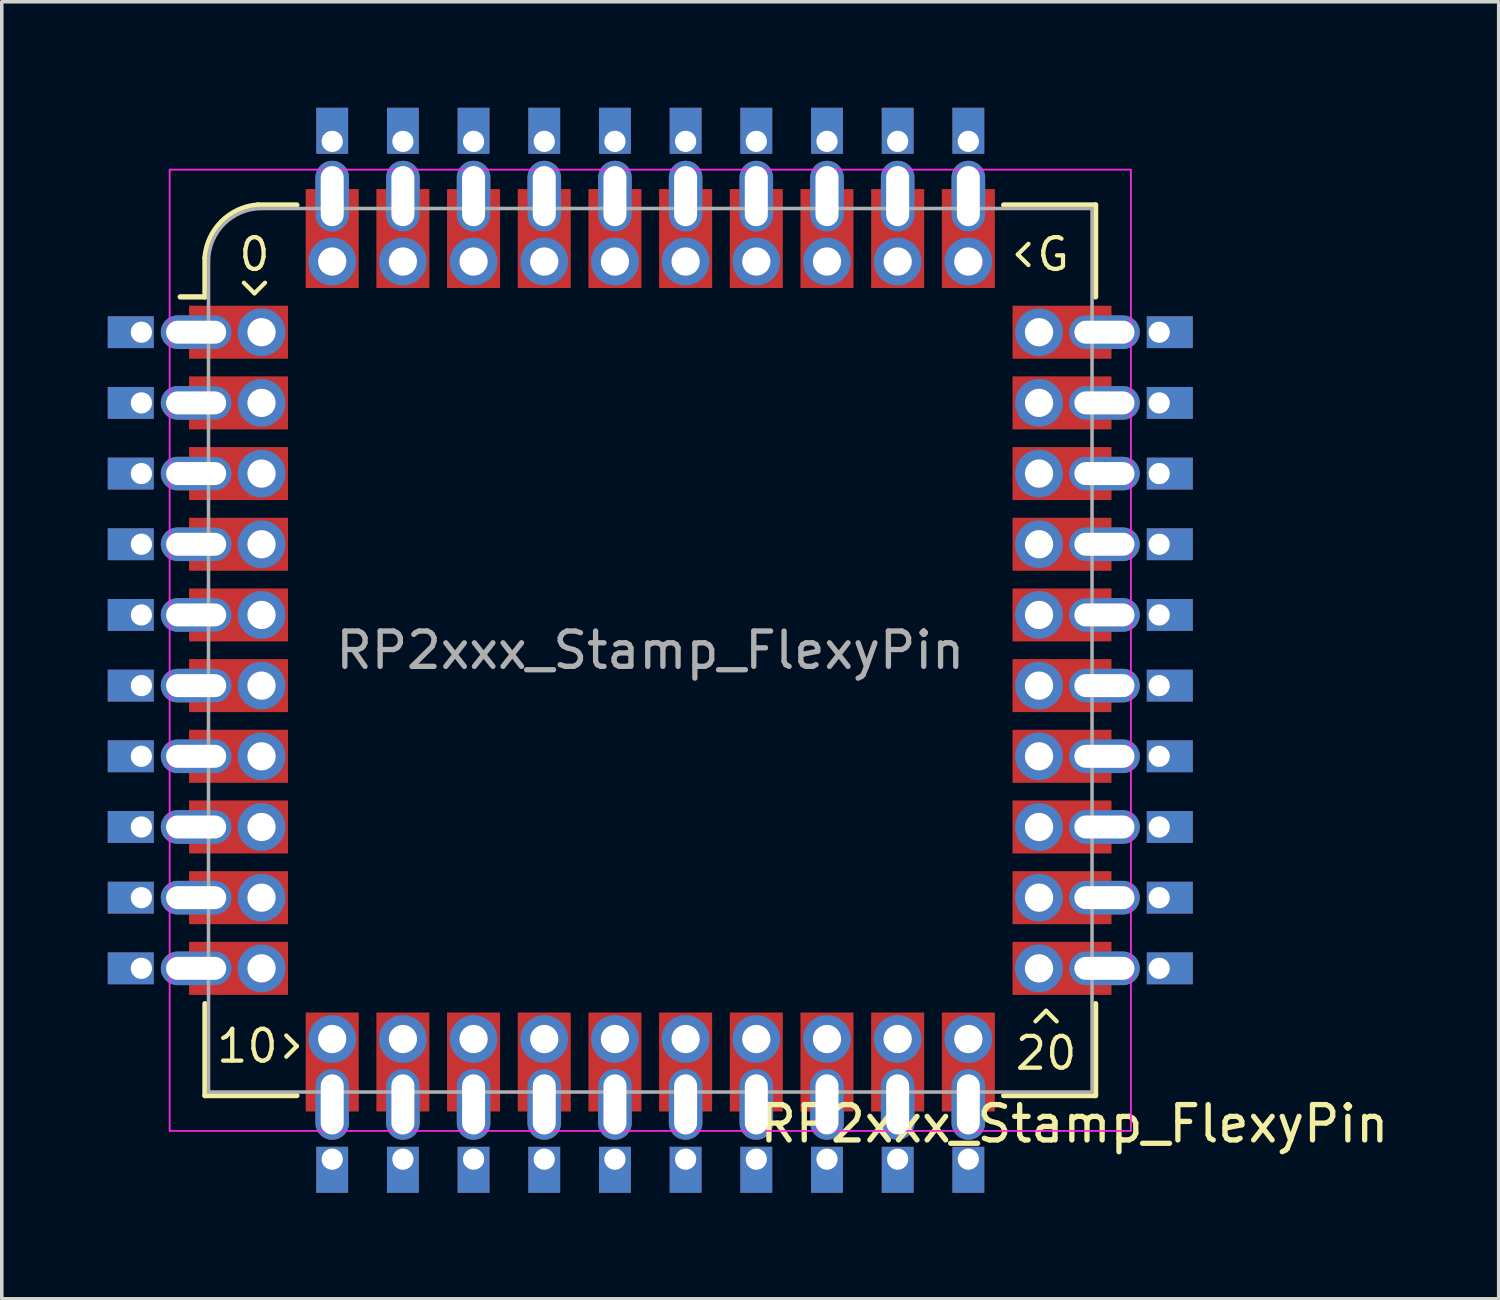
<source format=kicad_pcb>
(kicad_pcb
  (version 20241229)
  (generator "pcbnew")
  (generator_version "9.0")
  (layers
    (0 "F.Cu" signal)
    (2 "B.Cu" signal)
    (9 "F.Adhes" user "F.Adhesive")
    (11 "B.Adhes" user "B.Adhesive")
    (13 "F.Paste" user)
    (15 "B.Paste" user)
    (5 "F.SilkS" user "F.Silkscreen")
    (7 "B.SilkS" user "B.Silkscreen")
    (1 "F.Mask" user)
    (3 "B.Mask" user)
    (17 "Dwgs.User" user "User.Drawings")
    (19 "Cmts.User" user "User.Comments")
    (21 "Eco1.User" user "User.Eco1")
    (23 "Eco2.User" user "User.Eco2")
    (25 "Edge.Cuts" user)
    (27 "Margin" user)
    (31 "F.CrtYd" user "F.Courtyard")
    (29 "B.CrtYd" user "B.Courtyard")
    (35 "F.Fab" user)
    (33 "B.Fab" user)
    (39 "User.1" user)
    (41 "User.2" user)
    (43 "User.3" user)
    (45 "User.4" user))
  (footprint "RP2xxx_Stamp_FlexyPin"
    (layer "F.Cu")
    (at 15.35 15.35)
    (property "Reference" "RP2xxx_Stamp_FlexyPin" (at 12 13.4 0) (unlocked yes) (layer "F.SilkS") (effects (font (size 1 1) (thickness 0.15))))
    (attr through_hole)
    (fp_line (start -12.6 -10) (end -13.3 -10) (stroke (width 0.15) (type solid)) (layer "F.SilkS"))
    (fp_line (start -12.6 -10) (end -12.6 -11.1) (stroke (width 0.15) (type solid)) (layer "F.SilkS"))
    (fp_line (start -12.6 12.6) (end -12.6 10) (stroke (width 0.15) (type solid)) (layer "F.SilkS"))
    (fp_line (start -11.5 -10.4) (end -11.2 -10.1) (stroke (width 0.12) (type solid)) (layer "F.SilkS"))
    (fp_line (start -11.2 -10.1) (end -10.9 -10.4) (stroke (width 0.12) (type solid)) (layer "F.SilkS"))
    (fp_line (start -11.1 -12.6) (end -10 -12.6) (stroke (width 0.15) (type solid)) (layer "F.SilkS"))
    (fp_line (start -10.3 11.5) (end -10 11.2) (stroke (width 0.12) (type solid)) (layer "F.SilkS"))
    (fp_line (start -10 11.2) (end -10.3 10.9) (stroke (width 0.12) (type solid)) (layer "F.SilkS"))
    (fp_line (start -10 12.6) (end -12.6 12.6) (stroke (width 0.15) (type solid)) (layer "F.SilkS"))
    (fp_line (start 10 -12.6) (end 12.6 -12.6) (stroke (width 0.15) (type solid)) (layer "F.SilkS"))
    (fp_line (start 10.4 -11.2) (end 10.7 -10.9) (stroke (width 0.12) (type solid)) (layer "F.SilkS"))
    (fp_line (start 10.7 -11.5) (end 10.4 -11.2) (stroke (width 0.12) (type solid)) (layer "F.SilkS"))
    (fp_line (start 11.2 10.2) (end 10.9 10.5) (stroke (width 0.12) (type solid)) (layer "F.SilkS"))
    (fp_line (start 11.5 10.5) (end 11.2 10.2) (stroke (width 0.12) (type solid)) (layer "F.SilkS"))
    (fp_line (start 12.6 -12.6) (end 12.6 -10) (stroke (width 0.15) (type solid)) (layer "F.SilkS"))
    (fp_line (start 12.6 10) (end 12.6 12.6) (stroke (width 0.15) (type solid)) (layer "F.SilkS"))
    (fp_line (start 12.6 12.6) (end 10 12.6) (stroke (width 0.15) (type solid)) (layer "F.SilkS"))
    (fp_arc (start -12.6 -11.1) (mid -12.129432 -12.129432) (end -11.1 -12.6) (stroke (width 0.15) (type solid)) (layer "F.SilkS"))
    (fp_rect (start -13.6 -13.6) (end 13.6 13.6) (stroke (width 0.05) (type solid)) (fill no) (layer "F.CrtYd"))
    (fp_line (start -12.5 12.5) (end -12.5 -11) (stroke (width 0.1) (type solid)) (layer "F.Fab"))
    (fp_line (start -11 -12.5) (end 12.5 -12.5) (stroke (width 0.1) (type solid)) (layer "F.Fab"))
    (fp_line (start 12.5 -12.5) (end 12.5 12.5) (stroke (width 0.1) (type solid)) (layer "F.Fab"))
    (fp_line (start 12.5 12.5) (end -12.5 12.5) (stroke (width 0.1) (type solid)) (layer "F.Fab"))
    (fp_arc (start -12.500003 -11.000003) (mid -12.060661 -12.060662) (end -11 -12.5) (stroke (width 0.1) (type solid)) (layer "F.Fab"))
    (fp_text user "0" (at -11.2 -11.2 0) (unlocked yes) (layer "F.SilkS") (effects (font (size 0.9 0.9) (thickness 0.12))))
    (fp_text user "10" (at -11.4 11.2 0) (unlocked yes) (layer "F.SilkS") (effects (font (size 0.9 0.9) (thickness 0.12))))
    (fp_text user "20" (at 11.2 11.4 0) (unlocked yes) (layer "F.SilkS") (effects (font (size 0.9 0.9) (thickness 0.12))))
    (fp_text user "G" (at 11.4 -11.2 0) (unlocked yes) (layer "F.SilkS") (effects (font (size 0.9 0.9) (thickness 0.12))))
    (fp_text user "${REFERENCE}" (at 0 0 0) (unlocked yes) (layer "F.Fab") (effects (font (size 1 1) (thickness 0.15))))
    (pad "1" thru_hole rect (at -14.4 -9) (size 1.3 0.9) (drill 0.6 (offset -0.3 0)) (layers "*.Cu" "*.Mask"))
    (pad "1" thru_hole oval (at -12.85 -9 180) (size 2 0.95) (drill oval 1.7 0.65) (layers "*.Cu" "*.Mask"))
    (pad "1" smd rect (at -11.65 -9) (size 2.8 1.5) (layers "F.Cu" "F.Mask" "F.Paste"))
    (pad "1" thru_hole circle (at -11 -9) (size 1.35 1.35) (drill 0.8) (layers "*.Cu" "*.Mask"))
    (pad "2" thru_hole rect (at -14.4 -7) (size 1.3 0.9) (drill 0.6 (offset -0.3 0)) (layers "*.Cu" "*.Mask"))
    (pad "2" thru_hole oval (at -12.85 -7 180) (size 2 0.95) (drill oval 1.7 0.65) (layers "*.Cu" "*.Mask"))
    (pad "2" smd rect (at -11.65 -7) (size 2.8 1.5) (layers "F.Cu" "F.Mask" "F.Paste"))
    (pad "2" thru_hole oval (at -11 -7) (size 1.35 1.35) (drill 0.8) (layers "*.Cu" "*.Mask"))
    (pad "3" thru_hole rect (at -14.4 -5) (size 1.3 0.9) (drill 0.6 (offset -0.3 0)) (layers "*.Cu" "*.Mask"))
    (pad "3" thru_hole oval (at -12.85 -5 180) (size 2 0.95) (drill oval 1.7 0.65) (layers "*.Cu" "*.Mask"))
    (pad "3" smd rect (at -11.65 -5) (size 2.8 1.5) (layers "F.Cu" "F.Mask" "F.Paste"))
    (pad "3" thru_hole oval (at -11 -5) (size 1.35 1.35) (drill 0.8) (layers "*.Cu" "*.Mask"))
    (pad "4" thru_hole rect (at -14.4 -3) (size 1.3 0.9) (drill 0.6 (offset -0.3 0)) (layers "*.Cu" "*.Mask"))
    (pad "4" thru_hole oval (at -12.85 -3 180) (size 2 0.95) (drill oval 1.7 0.65) (layers "*.Cu" "*.Mask"))
    (pad "4" smd rect (at -11.65 -3) (size 2.8 1.5) (layers "F.Cu" "F.Mask" "F.Paste"))
    (pad "4" thru_hole oval (at -11 -3) (size 1.35 1.35) (drill 0.8) (layers "*.Cu" "*.Mask"))
    (pad "5" thru_hole rect (at -14.4 -1) (size 1.3 0.9) (drill 0.6 (offset -0.3 0)) (layers "*.Cu" "*.Mask"))
    (pad "5" thru_hole oval (at -12.85 -1 180) (size 2 0.95) (drill oval 1.7 0.65) (layers "*.Cu" "*.Mask"))
    (pad "5" smd rect (at -11.65 -1) (size 2.8 1.5) (layers "F.Cu" "F.Mask" "F.Paste"))
    (pad "5" thru_hole oval (at -11 -1) (size 1.35 1.35) (drill 0.8) (layers "*.Cu" "*.Mask"))
    (pad "6" thru_hole rect (at -14.4 1) (size 1.3 0.9) (drill 0.6 (offset -0.3 0)) (layers "*.Cu" "*.Mask"))
    (pad "6" thru_hole oval (at -12.85 1 180) (size 2 0.95) (drill oval 1.7 0.65) (layers "*.Cu" "*.Mask"))
    (pad "6" smd rect (at -11.65 1) (size 2.8 1.5) (layers "F.Cu" "F.Mask" "F.Paste"))
    (pad "6" thru_hole oval (at -11 1) (size 1.35 1.35) (drill 0.8) (layers "*.Cu" "*.Mask"))
    (pad "7" thru_hole rect (at -14.4 3) (size 1.3 0.9) (drill 0.6 (offset -0.3 0)) (layers "*.Cu" "*.Mask"))
    (pad "7" thru_hole oval (at -12.85 3 180) (size 2 0.95) (drill oval 1.7 0.65) (layers "*.Cu" "*.Mask"))
    (pad "7" smd rect (at -11.65 3) (size 2.8 1.5) (layers "F.Cu" "F.Mask" "F.Paste"))
    (pad "7" thru_hole oval (at -11 3) (size 1.35 1.35) (drill 0.8) (layers "*.Cu" "*.Mask"))
    (pad "8" thru_hole rect (at -14.4 5) (size 1.3 0.9) (drill 0.6 (offset -0.3 0)) (layers "*.Cu" "*.Mask"))
    (pad "8" thru_hole oval (at -12.85 5 180) (size 2 0.95) (drill oval 1.7 0.65) (layers "*.Cu" "*.Mask"))
    (pad "8" smd rect (at -11.65 5) (size 2.8 1.5) (layers "F.Cu" "F.Mask" "F.Paste"))
    (pad "8" thru_hole oval (at -11 5) (size 1.35 1.35) (drill 0.8) (layers "*.Cu" "*.Mask"))
    (pad "9" thru_hole rect (at -14.4 7) (size 1.3 0.9) (drill 0.6 (offset -0.3 0)) (layers "*.Cu" "*.Mask"))
    (pad "9" thru_hole oval (at -12.85 7 180) (size 2 0.95) (drill oval 1.7 0.65) (layers "*.Cu" "*.Mask"))
    (pad "9" smd rect (at -11.65 7) (size 2.8 1.5) (layers "F.Cu" "F.Mask" "F.Paste"))
    (pad "9" thru_hole oval (at -11 7) (size 1.35 1.35) (drill 0.8) (layers "*.Cu" "*.Mask"))
    (pad "10" thru_hole rect (at -14.4 9) (size 1.3 0.9) (drill 0.6 (offset -0.3 0)) (layers "*.Cu" "*.Mask"))
    (pad "10" thru_hole oval (at -12.85 9 180) (size 2 0.95) (drill oval 1.7 0.65) (layers "*.Cu" "*.Mask"))
    (pad "10" smd rect (at -11.65 9) (size 2.8 1.5) (layers "F.Cu" "F.Mask" "F.Paste"))
    (pad "10" thru_hole oval (at -11 9) (size 1.35 1.35) (drill 0.8) (layers "*.Cu" "*.Mask"))
    (pad "11" thru_hole oval (at -9 11) (size 1.35 1.35) (drill 0.8) (layers "*.Cu" "*.Mask"))
    (pad "11" smd rect (at -9 11.65 270) (size 2.8 1.5) (layers "F.Cu" "F.Mask" "F.Paste"))
    (pad "11" thru_hole oval (at -9 12.85 270) (size 2 0.95) (drill oval 1.7 0.65) (layers "*.Cu" "*.Mask"))
    (pad "11" thru_hole rect (at -9 14.4 90) (size 1.3 0.9) (drill 0.6 (offset -0.3 0)) (layers "*.Cu" "*.Mask"))
    (pad "12" thru_hole oval (at -7 11) (size 1.35 1.35) (drill 0.8) (layers "*.Cu" "*.Mask"))
    (pad "12" smd rect (at -7 11.65 270) (size 2.8 1.5) (layers "F.Cu" "F.Mask" "F.Paste"))
    (pad "12" thru_hole oval (at -7 12.85 270) (size 2 0.95) (drill oval 1.7 0.65) (layers "*.Cu" "*.Mask"))
    (pad "12" thru_hole rect (at -7 14.4 90) (size 1.3 0.9) (drill 0.6 (offset -0.3 0)) (layers "*.Cu" "*.Mask"))
    (pad "13" thru_hole oval (at -5 11) (size 1.35 1.35) (drill 0.8) (layers "*.Cu" "*.Mask"))
    (pad "13" smd rect (at -5 11.65 270) (size 2.8 1.5) (layers "F.Cu" "F.Mask" "F.Paste"))
    (pad "13" thru_hole oval (at -5 12.85 270) (size 2 0.95) (drill oval 1.7 0.65) (layers "*.Cu" "*.Mask"))
    (pad "13" thru_hole rect (at -5 14.4 90) (size 1.3 0.9) (drill 0.6 (offset -0.3 0)) (layers "*.Cu" "*.Mask"))
    (pad "14" thru_hole oval (at -3 11) (size 1.35 1.35) (drill 0.8) (layers "*.Cu" "*.Mask"))
    (pad "14" smd rect (at -3 11.65 270) (size 2.8 1.5) (layers "F.Cu" "F.Mask" "F.Paste"))
    (pad "14" thru_hole oval (at -3 12.85 270) (size 2 0.95) (drill oval 1.7 0.65) (layers "*.Cu" "*.Mask"))
    (pad "14" thru_hole rect (at -3 14.4 90) (size 1.3 0.9) (drill 0.6 (offset -0.3 0)) (layers "*.Cu" "*.Mask"))
    (pad "15" thru_hole oval (at -1 11) (size 1.35 1.35) (drill 0.8) (layers "*.Cu" "*.Mask"))
    (pad "15" smd rect (at -1 11.65 270) (size 2.8 1.5) (layers "F.Cu" "F.Mask" "F.Paste"))
    (pad "15" thru_hole oval (at -1 12.85 270) (size 2 0.95) (drill oval 1.7 0.65) (layers "*.Cu" "*.Mask"))
    (pad "15" thru_hole rect (at -1 14.4 90) (size 1.3 0.9) (drill 0.6 (offset -0.3 0)) (layers "*.Cu" "*.Mask"))
    (pad "16" thru_hole oval (at 1 11) (size 1.35 1.35) (drill 0.8) (layers "*.Cu" "*.Mask"))
    (pad "16" smd rect (at 1 11.65 270) (size 2.8 1.5) (layers "F.Cu" "F.Mask" "F.Paste"))
    (pad "16" thru_hole oval (at 1 12.85 270) (size 2 0.95) (drill oval 1.7 0.65) (layers "*.Cu" "*.Mask"))
    (pad "16" thru_hole rect (at 1 14.4 90) (size 1.3 0.9) (drill 0.6 (offset -0.3 0)) (layers "*.Cu" "*.Mask"))
    (pad "17" thru_hole oval (at 3 11) (size 1.35 1.35) (drill 0.8) (layers "*.Cu" "*.Mask"))
    (pad "17" smd rect (at 3 11.65 270) (size 2.8 1.5) (layers "F.Cu" "F.Mask" "F.Paste"))
    (pad "17" thru_hole oval (at 3 12.85 270) (size 2 0.95) (drill oval 1.7 0.65) (layers "*.Cu" "*.Mask"))
    (pad "17" thru_hole rect (at 3 14.4 90) (size 1.3 0.9) (drill 0.6 (offset -0.3 0)) (layers "*.Cu" "*.Mask"))
    (pad "18" thru_hole oval (at 5 11) (size 1.35 1.35) (drill 0.8) (layers "*.Cu" "*.Mask"))
    (pad "18" smd rect (at 5 11.65 270) (size 2.8 1.5) (layers "F.Cu" "F.Mask" "F.Paste"))
    (pad "18" thru_hole oval (at 5 12.85 270) (size 2 0.95) (drill oval 1.7 0.65) (layers "*.Cu" "*.Mask"))
    (pad "18" thru_hole rect (at 5 14.4 90) (size 1.3 0.9) (drill 0.6 (offset -0.3 0)) (layers "*.Cu" "*.Mask"))
    (pad "19" thru_hole oval (at 7 11) (size 1.35 1.35) (drill 0.8) (layers "*.Cu" "*.Mask"))
    (pad "19" smd rect (at 7 11.65 270) (size 2.8 1.5) (layers "F.Cu" "F.Mask" "F.Paste"))
    (pad "19" thru_hole oval (at 7 12.85 270) (size 2 0.95) (drill oval 1.7 0.65) (layers "*.Cu" "*.Mask"))
    (pad "19" thru_hole rect (at 7 14.4 90) (size 1.3 0.9) (drill 0.6 (offset -0.3 0)) (layers "*.Cu" "*.Mask"))
    (pad "20" thru_hole oval (at 9 11) (size 1.35 1.35) (drill 0.8) (layers "*.Cu" "*.Mask"))
    (pad "20" smd rect (at 9 11.65 270) (size 2.8 1.5) (layers "F.Cu" "F.Mask" "F.Paste"))
    (pad "20" thru_hole oval (at 9 12.85 270) (size 2 0.95) (drill oval 1.7 0.65) (layers "*.Cu" "*.Mask"))
    (pad "20" thru_hole rect (at 9 14.4 90) (size 1.3 0.9) (drill 0.6 (offset -0.3 0)) (layers "*.Cu" "*.Mask"))
    (pad "21" thru_hole oval (at 11 9) (size 1.35 1.35) (drill 0.8) (layers "*.Cu" "*.Mask"))
    (pad "21" smd rect (at 11.65 9) (size 2.8 1.5) (layers "F.Cu" "F.Mask" "F.Paste"))
    (pad "21" thru_hole oval (at 12.85 9) (size 2 0.95) (drill oval 1.7 0.65) (layers "*.Cu" "*.Mask"))
    (pad "21" thru_hole rect (at 14.4 9 180) (size 1.3 0.9) (drill 0.6 (offset -0.3 0)) (layers "*.Cu" "*.Mask"))
    (pad "22" thru_hole oval (at 11 7) (size 1.35 1.35) (drill 0.8) (layers "*.Cu" "*.Mask"))
    (pad "22" smd rect (at 11.65 7) (size 2.8 1.5) (layers "F.Cu" "F.Mask" "F.Paste"))
    (pad "22" thru_hole oval (at 12.85 7) (size 2 0.95) (drill oval 1.7 0.65) (layers "*.Cu" "*.Mask"))
    (pad "22" thru_hole rect (at 14.4 7 180) (size 1.3 0.9) (drill 0.6 (offset -0.3 0)) (layers "*.Cu" "*.Mask"))
    (pad "23" thru_hole oval (at 11 5) (size 1.35 1.35) (drill 0.8) (layers "*.Cu" "*.Mask"))
    (pad "23" smd rect (at 11.65 5) (size 2.8 1.5) (layers "F.Cu" "F.Mask" "F.Paste"))
    (pad "23" thru_hole oval (at 12.85 5) (size 2 0.95) (drill oval 1.7 0.65) (layers "*.Cu" "*.Mask"))
    (pad "23" thru_hole rect (at 14.4 5 180) (size 1.3 0.9) (drill 0.6 (offset -0.3 0)) (layers "*.Cu" "*.Mask"))
    (pad "24" thru_hole oval (at 11 3) (size 1.35 1.35) (drill 0.8) (layers "*.Cu" "*.Mask"))
    (pad "24" smd rect (at 11.65 3) (size 2.8 1.5) (layers "F.Cu" "F.Mask" "F.Paste"))
    (pad "24" thru_hole oval (at 12.85 3) (size 2 0.95) (drill oval 1.7 0.65) (layers "*.Cu" "*.Mask"))
    (pad "24" thru_hole rect (at 14.4 3 180) (size 1.3 0.9) (drill 0.6 (offset -0.3 0)) (layers "*.Cu" "*.Mask"))
    (pad "25" thru_hole oval (at 11 1) (size 1.35 1.35) (drill 0.8) (layers "*.Cu" "*.Mask"))
    (pad "25" smd rect (at 11.65 1) (size 2.8 1.5) (layers "F.Cu" "F.Mask" "F.Paste"))
    (pad "25" thru_hole oval (at 12.85 1) (size 2 0.95) (drill oval 1.7 0.65) (layers "*.Cu" "*.Mask"))
    (pad "25" thru_hole rect (at 14.4 1 180) (size 1.3 0.9) (drill 0.6 (offset -0.3 0)) (layers "*.Cu" "*.Mask"))
    (pad "26" thru_hole oval (at 11 -1) (size 1.35 1.35) (drill 0.8) (layers "*.Cu" "*.Mask"))
    (pad "26" smd rect (at 11.65 -1) (size 2.8 1.5) (layers "F.Cu" "F.Mask" "F.Paste"))
    (pad "26" thru_hole oval (at 12.85 -1) (size 2 0.95) (drill oval 1.7 0.65) (layers "*.Cu" "*.Mask"))
    (pad "26" thru_hole rect (at 14.4 -1 180) (size 1.3 0.9) (drill 0.6 (offset -0.3 0)) (layers "*.Cu" "*.Mask"))
    (pad "27" thru_hole oval (at 11 -3) (size 1.35 1.35) (drill 0.8) (layers "*.Cu" "*.Mask"))
    (pad "27" smd rect (at 11.65 -3) (size 2.8 1.5) (layers "F.Cu" "F.Mask" "F.Paste"))
    (pad "27" thru_hole oval (at 12.85 -3) (size 2 0.95) (drill oval 1.7 0.65) (layers "*.Cu" "*.Mask"))
    (pad "27" thru_hole rect (at 14.4 -3 180) (size 1.3 0.9) (drill 0.6 (offset -0.3 0)) (layers "*.Cu" "*.Mask"))
    (pad "28" thru_hole oval (at 11 -5) (size 1.35 1.35) (drill 0.8) (layers "*.Cu" "*.Mask"))
    (pad "28" smd rect (at 11.65 -5) (size 2.8 1.5) (layers "F.Cu" "F.Mask" "F.Paste"))
    (pad "28" thru_hole oval (at 12.85 -5) (size 2 0.95) (drill oval 1.7 0.65) (layers "*.Cu" "*.Mask"))
    (pad "28" thru_hole rect (at 14.4 -5 180) (size 1.3 0.9) (drill 0.6 (offset -0.3 0)) (layers "*.Cu" "*.Mask"))
    (pad "29" thru_hole oval (at 11 -7) (size 1.35 1.35) (drill 0.8) (layers "*.Cu" "*.Mask"))
    (pad "29" smd rect (at 11.65 -7) (size 2.8 1.5) (layers "F.Cu" "F.Mask" "F.Paste"))
    (pad "29" thru_hole oval (at 12.85 -7) (size 2 0.95) (drill oval 1.7 0.65) (layers "*.Cu" "*.Mask"))
    (pad "29" thru_hole rect (at 14.4 -7 180) (size 1.3 0.9) (drill 0.6 (offset -0.3 0)) (layers "*.Cu" "*.Mask"))
    (pad "30" thru_hole oval (at 11 -9) (size 1.35 1.35) (drill 0.8) (layers "*.Cu" "*.Mask"))
    (pad "30" smd rect (at 11.65 -9) (size 2.8 1.5) (layers "F.Cu" "F.Mask" "F.Paste"))
    (pad "30" thru_hole oval (at 12.85 -9) (size 2 0.95) (drill oval 1.7 0.65) (layers "*.Cu" "*.Mask"))
    (pad "30" thru_hole rect (at 14.4 -9 180) (size 1.3 0.9) (drill 0.6 (offset -0.3 0)) (layers "*.Cu" "*.Mask"))
    (pad "31" thru_hole rect (at 9 -14.4 270) (size 1.3 0.9) (drill 0.6 (offset -0.3 0)) (layers "*.Cu" "*.Mask"))
    (pad "31" thru_hole oval (at 9 -12.85 90) (size 2 0.95) (drill oval 1.7 0.65) (layers "*.Cu" "*.Mask"))
    (pad "31" smd rect (at 9 -11.65 270) (size 2.8 1.5) (layers "F.Cu" "F.Mask" "F.Paste"))
    (pad "31" thru_hole oval (at 9 -11) (size 1.35 1.35) (drill 0.8) (layers "*.Cu" "*.Mask"))
    (pad "32" thru_hole rect (at 7 -14.4 270) (size 1.3 0.9) (drill 0.6 (offset -0.3 0)) (layers "*.Cu" "*.Mask"))
    (pad "32" thru_hole oval (at 7 -12.85 90) (size 2 0.95) (drill oval 1.7 0.65) (layers "*.Cu" "*.Mask"))
    (pad "32" smd rect (at 7 -11.65 270) (size 2.8 1.5) (layers "F.Cu" "F.Mask" "F.Paste"))
    (pad "32" thru_hole oval (at 7 -11) (size 1.35 1.35) (drill 0.8) (layers "*.Cu" "*.Mask"))
    (pad "33" thru_hole rect (at 5 -14.4 270) (size 1.3 0.9) (drill 0.6 (offset -0.3 0)) (layers "*.Cu" "*.Mask"))
    (pad "33" thru_hole oval (at 5 -12.85 90) (size 2 0.95) (drill oval 1.7 0.65) (layers "*.Cu" "*.Mask"))
    (pad "33" smd rect (at 5 -11.65 270) (size 2.8 1.5) (layers "F.Cu" "F.Mask" "F.Paste"))
    (pad "33" thru_hole oval (at 5 -11) (size 1.35 1.35) (drill 0.8) (layers "*.Cu" "*.Mask"))
    (pad "34" thru_hole rect (at 3 -14.4 270) (size 1.3 0.9) (drill 0.6 (offset -0.3 0)) (layers "*.Cu" "*.Mask"))
    (pad "34" thru_hole oval (at 3 -12.85 90) (size 2 0.95) (drill oval 1.7 0.65) (layers "*.Cu" "*.Mask"))
    (pad "34" smd rect (at 3 -11.65 270) (size 2.8 1.5) (layers "F.Cu" "F.Mask" "F.Paste"))
    (pad "34" thru_hole oval (at 3 -11) (size 1.35 1.35) (drill 0.8) (layers "*.Cu" "*.Mask"))
    (pad "35" thru_hole rect (at 1 -14.4 270) (size 1.3 0.9) (drill 0.6 (offset -0.3 0)) (layers "*.Cu" "*.Mask"))
    (pad "35" thru_hole oval (at 1 -12.85 90) (size 2 0.95) (drill oval 1.7 0.65) (layers "*.Cu" "*.Mask"))
    (pad "35" smd rect (at 1 -11.65 270) (size 2.8 1.5) (layers "F.Cu" "F.Mask" "F.Paste"))
    (pad "35" thru_hole oval (at 1 -11) (size 1.35 1.35) (drill 0.8) (layers "*.Cu" "*.Mask"))
    (pad "36" thru_hole rect (at -1 -14.4 270) (size 1.3 0.9) (drill 0.6 (offset -0.3 0)) (layers "*.Cu" "*.Mask"))
    (pad "36" thru_hole oval (at -1 -12.85 90) (size 2 0.95) (drill oval 1.7 0.65) (layers "*.Cu" "*.Mask"))
    (pad "36" smd rect (at -1 -11.65 270) (size 2.8 1.5) (layers "F.Cu" "F.Mask" "F.Paste"))
    (pad "36" thru_hole oval (at -1 -11) (size 1.35 1.35) (drill 0.8) (layers "*.Cu" "*.Mask"))
    (pad "37" thru_hole rect (at -3 -14.4 270) (size 1.3 0.9) (drill 0.6 (offset -0.3 0)) (layers "*.Cu" "*.Mask"))
    (pad "37" thru_hole oval (at -3 -12.85 90) (size 2 0.95) (drill oval 1.7 0.65) (layers "*.Cu" "*.Mask"))
    (pad "37" smd rect (at -3 -11.65 270) (size 2.8 1.5) (layers "F.Cu" "F.Mask" "F.Paste"))
    (pad "37" thru_hole oval (at -3 -11) (size 1.35 1.35) (drill 0.8) (layers "*.Cu" "*.Mask"))
    (pad "38" thru_hole rect (at -5 -14.4 270) (size 1.3 0.9) (drill 0.6 (offset -0.3 0)) (layers "*.Cu" "*.Mask"))
    (pad "38" thru_hole oval (at -5 -12.85 90) (size 2 0.95) (drill oval 1.7 0.65) (layers "*.Cu" "*.Mask"))
    (pad "38" smd rect (at -5 -11.65 270) (size 2.8 1.5) (layers "F.Cu" "F.Mask" "F.Paste"))
    (pad "38" thru_hole oval (at -5 -11) (size 1.35 1.35) (drill 0.8) (layers "*.Cu" "*.Mask"))
    (pad "39" thru_hole rect (at -7 -14.4 270) (size 1.3 0.9) (drill 0.6 (offset -0.3 0)) (layers "*.Cu" "*.Mask"))
    (pad "39" thru_hole oval (at -7 -12.85 90) (size 2 0.95) (drill oval 1.7 0.65) (layers "*.Cu" "*.Mask"))
    (pad "39" smd rect (at -7 -11.65 270) (size 2.8 1.5) (layers "F.Cu" "F.Mask" "F.Paste"))
    (pad "39" thru_hole oval (at -7 -11) (size 1.35 1.35) (drill 0.8) (layers "*.Cu" "*.Mask"))
    (pad "40" thru_hole rect (at -9 -14.4 270) (size 1.3 0.9) (drill 0.6 (offset -0.3 0)) (layers "*.Cu" "*.Mask"))
    (pad "40" thru_hole oval (at -9 -12.85 90) (size 2 0.95) (drill oval 1.7 0.65) (layers "*.Cu" "*.Mask"))
    (pad "40" smd rect (at -9 -11.65 270) (size 2.8 1.5) (layers "F.Cu" "F.Mask" "F.Paste"))
    (pad "40" thru_hole oval (at -9 -11) (size 1.35 1.35) (drill 0.8) (layers "*.Cu" "*.Mask")))
  (gr_rect
    (start -3 -3)
    (end 39.356 33.7)
    (stroke (width 0.1) (type default))
    (fill no)
    (layer "Edge.Cuts")))
</source>
